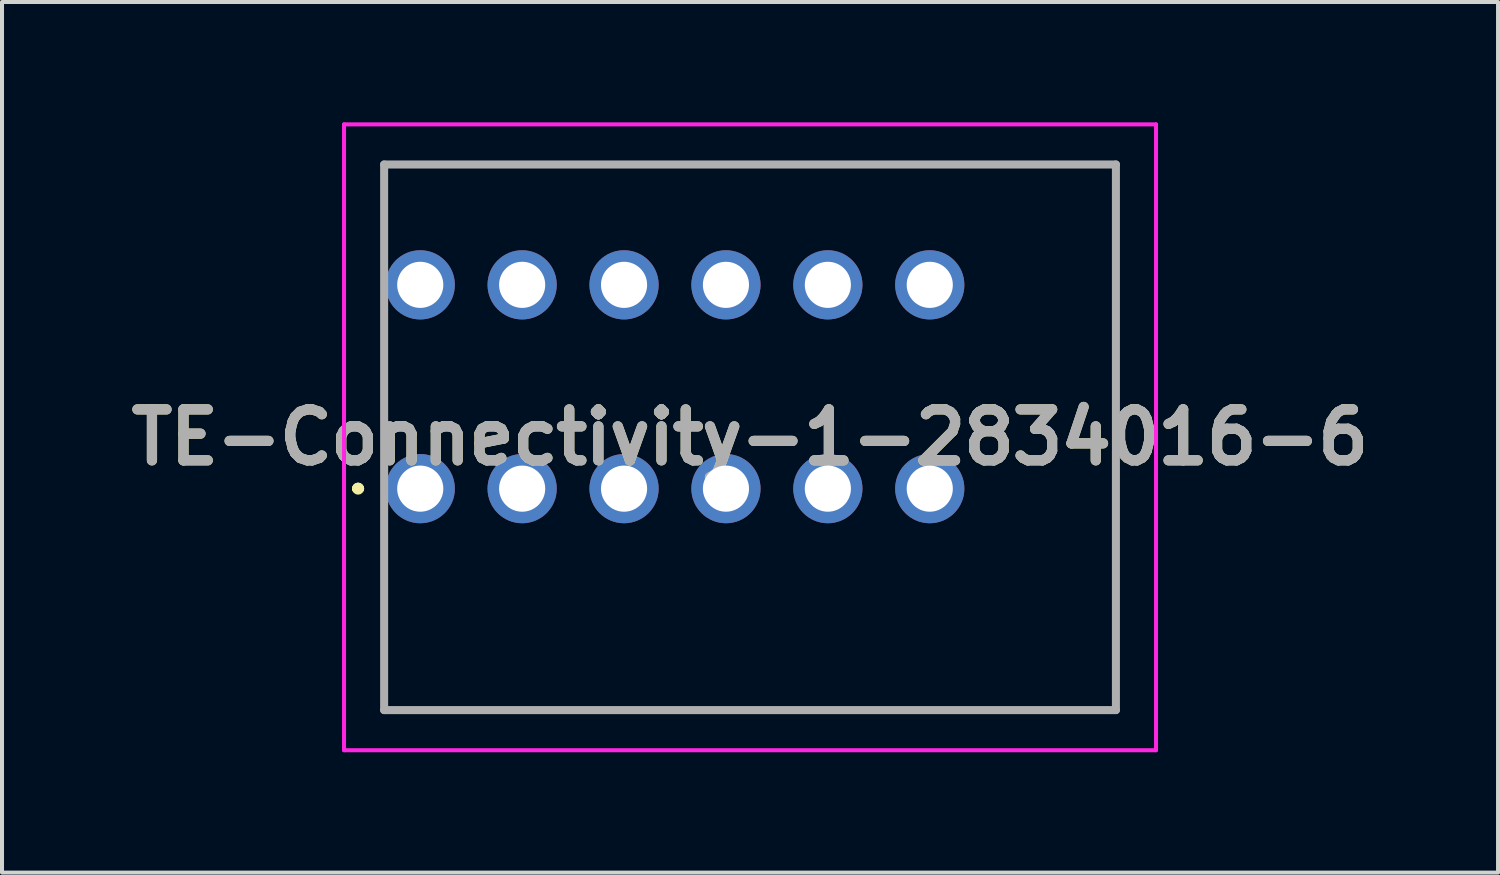
<source format=kicad_pcb>
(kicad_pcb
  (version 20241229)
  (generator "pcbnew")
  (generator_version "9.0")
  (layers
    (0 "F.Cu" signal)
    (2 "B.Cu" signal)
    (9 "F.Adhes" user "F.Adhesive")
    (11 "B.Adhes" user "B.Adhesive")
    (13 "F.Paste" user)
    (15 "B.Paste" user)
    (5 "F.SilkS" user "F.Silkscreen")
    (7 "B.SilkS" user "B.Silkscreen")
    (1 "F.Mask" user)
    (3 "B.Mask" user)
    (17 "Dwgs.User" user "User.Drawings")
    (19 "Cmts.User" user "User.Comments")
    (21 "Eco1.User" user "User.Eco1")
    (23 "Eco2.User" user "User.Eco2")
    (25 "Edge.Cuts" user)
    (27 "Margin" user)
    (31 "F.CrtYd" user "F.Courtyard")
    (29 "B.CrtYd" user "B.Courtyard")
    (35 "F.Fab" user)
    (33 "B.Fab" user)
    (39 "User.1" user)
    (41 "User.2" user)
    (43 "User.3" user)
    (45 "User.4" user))
  (footprint "TE-Connectivity-1-2834016-6"
    (layer "F.Cu")
    (at 7.425 9.13)
    (property "Reference" "TE-Connectivity-1-2834016-6" (at 8.22 -1.28 0) (layer "F.SilkS") (effects (font (size 1.27 1.27) (thickness 0.254))))
    (attr through_hole)
    (fp_line (start -1.6 0) (end -1.6 0) (stroke (width 0.2) (type solid)) (layer "F.SilkS"))
    (fp_line (start -1.5 0) (end -1.5 0) (stroke (width 0.2) (type solid)) (layer "F.SilkS"))
    (fp_line (start -1.5 0) (end -1.5 0) (stroke (width 0.2) (type solid)) (layer "F.SilkS"))
    (fp_line (start -0.9 -8.08) (end -0.9 -8.08) (stroke (width 0.1) (type solid)) (layer "F.SilkS"))
    (fp_line (start -0.9 -8.08) (end -0.9 -8.08) (stroke (width 0.1) (type solid)) (layer "F.SilkS"))
    (fp_line (start -0.9 -8.08) (end -0.9 -6.25) (stroke (width 0.1) (type solid)) (layer "F.SilkS"))
    (fp_line (start -0.9 -8.08) (end 17.34 -8.08) (stroke (width 0.1) (type solid)) (layer "F.SilkS"))
    (fp_line (start -0.9 -6.25) (end -0.9 -8.08) (stroke (width 0.1) (type solid)) (layer "F.SilkS"))
    (fp_line (start -0.9 -6.25) (end -0.9 -6.25) (stroke (width 0.1) (type solid)) (layer "F.SilkS"))
    (fp_line (start -0.9 -4) (end -0.9 -4) (stroke (width 0.1) (type solid)) (layer "F.SilkS"))
    (fp_line (start -0.9 -4) (end -0.9 -1.25) (stroke (width 0.1) (type solid)) (layer "F.SilkS"))
    (fp_line (start -0.9 -1.25) (end -0.9 -4) (stroke (width 0.1) (type solid)) (layer "F.SilkS"))
    (fp_line (start -0.9 -1.25) (end -0.9 -1.25) (stroke (width 0.1) (type solid)) (layer "F.SilkS"))
    (fp_line (start -0.9 1.25) (end -0.9 1.25) (stroke (width 0.1) (type solid)) (layer "F.SilkS"))
    (fp_line (start -0.9 1.25) (end -0.9 5.52) (stroke (width 0.1) (type solid)) (layer "F.SilkS"))
    (fp_line (start -0.9 5.52) (end -0.9 1.25) (stroke (width 0.1) (type solid)) (layer "F.SilkS"))
    (fp_line (start -0.9 5.52) (end -0.9 5.52) (stroke (width 0.1) (type solid)) (layer "F.SilkS"))
    (fp_line (start -0.9 5.52) (end -0.9 5.52) (stroke (width 0.1) (type solid)) (layer "F.SilkS"))
    (fp_line (start -0.9 5.52) (end 17.34 5.52) (stroke (width 0.1) (type solid)) (layer "F.SilkS"))
    (fp_line (start 17.34 -8.08) (end -0.9 -8.08) (stroke (width 0.1) (type solid)) (layer "F.SilkS"))
    (fp_line (start 17.34 -8.08) (end 17.34 -8.08) (stroke (width 0.1) (type solid)) (layer "F.SilkS"))
    (fp_line (start 17.34 -8.08) (end 17.34 -8.08) (stroke (width 0.1) (type solid)) (layer "F.SilkS"))
    (fp_line (start 17.34 -8.08) (end 17.34 5.52) (stroke (width 0.1) (type solid)) (layer "F.SilkS"))
    (fp_line (start 17.34 5.52) (end -0.9 5.52) (stroke (width 0.1) (type solid)) (layer "F.SilkS"))
    (fp_line (start 17.34 5.52) (end 17.34 -8.08) (stroke (width 0.1) (type solid)) (layer "F.SilkS"))
    (fp_line (start 17.34 5.52) (end 17.34 5.52) (stroke (width 0.1) (type solid)) (layer "F.SilkS"))
    (fp_line (start 17.34 5.52) (end 17.34 5.52) (stroke (width 0.1) (type solid)) (layer "F.SilkS"))
    (fp_arc (start -1.6 0) (mid -1.55 -0.05) (end -1.5 0) (stroke (width 0.2) (type solid)) (layer "F.SilkS"))
    (fp_arc (start -1.6 0) (mid -1.55 -0.05) (end -1.5 0) (stroke (width 0.2) (type solid)) (layer "F.SilkS"))
    (fp_arc (start -1.5 0) (mid -1.55 0.05) (end -1.6 0) (stroke (width 0.2) (type solid)) (layer "F.SilkS"))
    (fp_line (start -1.9 -9.08) (end 18.34 -9.08) (stroke (width 0.1) (type solid)) (layer "F.CrtYd"))
    (fp_line (start -1.9 6.52) (end -1.9 -9.08) (stroke (width 0.1) (type solid)) (layer "F.CrtYd"))
    (fp_line (start 18.34 -9.08) (end 18.34 6.52) (stroke (width 0.1) (type solid)) (layer "F.CrtYd"))
    (fp_line (start 18.34 6.52) (end -1.9 6.52) (stroke (width 0.1) (type solid)) (layer "F.CrtYd"))
    (fp_line (start -0.9 -8.08) (end 17.34 -8.08) (stroke (width 0.2) (type solid)) (layer "F.Fab"))
    (fp_line (start -0.9 5.52) (end -0.9 -8.08) (stroke (width 0.2) (type solid)) (layer "F.Fab"))
    (fp_line (start 17.34 -8.08) (end 17.34 5.52) (stroke (width 0.2) (type solid)) (layer "F.Fab"))
    (fp_line (start 17.34 5.52) (end -0.9 5.52) (stroke (width 0.2) (type solid)) (layer "F.Fab"))
    (fp_text user "${REFERENCE}" (at 8.22 -1.28 0) (layer "F.Fab") (effects (font (size 1.27 1.27) (thickness 0.254))))
    (pad "1" thru_hole circle (at 0 0) (size 1.725 1.725) (drill 1.15) (layers "*.Cu" "*.Mask"))
    (pad "2" thru_hole circle (at 0 -5.08) (size 1.725 1.725) (drill 1.15) (layers "*.Cu" "*.Mask"))
    (pad "3" thru_hole circle (at 2.54 0) (size 1.725 1.725) (drill 1.15) (layers "*.Cu" "*.Mask"))
    (pad "4" thru_hole circle (at 2.54 -5.08) (size 1.725 1.725) (drill 1.15) (layers "*.Cu" "*.Mask"))
    (pad "5" thru_hole circle (at 5.08 0) (size 1.725 1.725) (drill 1.15) (layers "*.Cu" "*.Mask"))
    (pad "6" thru_hole circle (at 5.08 -5.08) (size 1.725 1.725) (drill 1.15) (layers "*.Cu" "*.Mask"))
    (pad "7" thru_hole circle (at 7.62 0) (size 1.725 1.725) (drill 1.15) (layers "*.Cu" "*.Mask"))
    (pad "8" thru_hole circle (at 7.62 -5.08) (size 1.725 1.725) (drill 1.15) (layers "*.Cu" "*.Mask"))
    (pad "9" thru_hole circle (at 10.16 0) (size 1.725 1.725) (drill 1.15) (layers "*.Cu" "*.Mask"))
    (pad "10" thru_hole circle (at 10.16 -5.08) (size 1.725 1.725) (drill 1.15) (layers "*.Cu" "*.Mask"))
    (pad "11" thru_hole circle (at 12.7 0) (size 1.725 1.725) (drill 1.15) (layers "*.Cu" "*.Mask"))
    (pad "12" thru_hole circle (at 12.7 -5.08) (size 1.725 1.725) (drill 1.15) (layers "*.Cu" "*.Mask")))
  (gr_rect
    (start -3 -3)
    (end 34.29 18.7)
    (stroke (width 0.1) (type default))
    (fill no)
    (layer "Edge.Cuts")))
</source>
